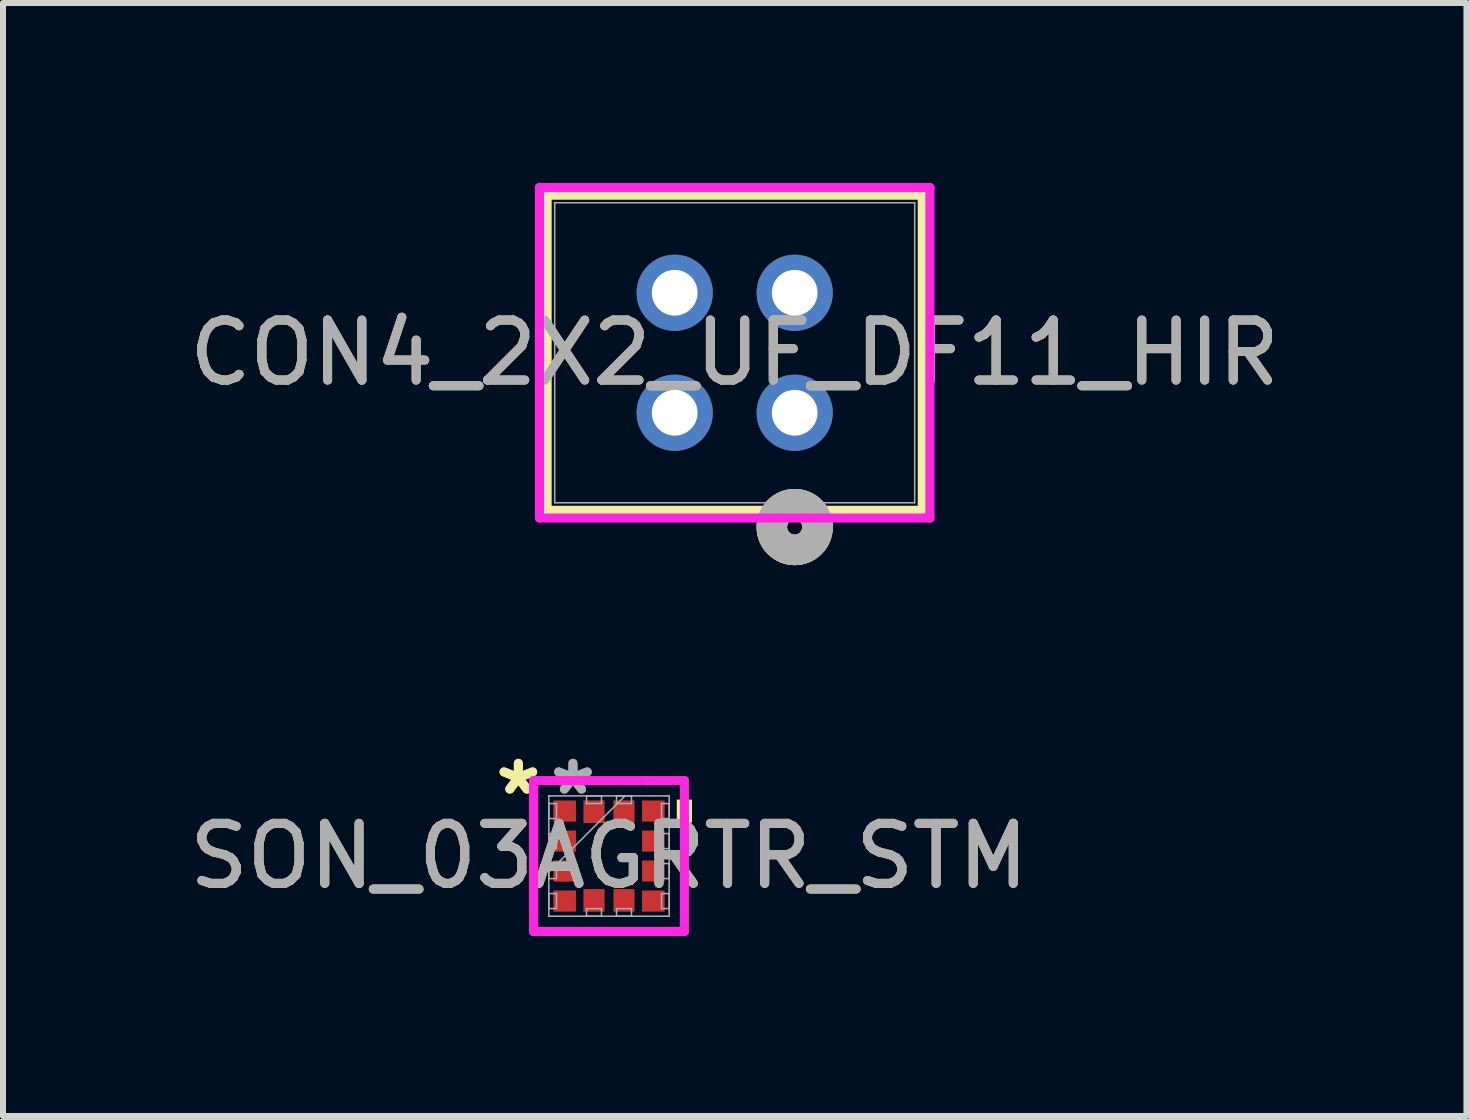
<source format=kicad_pcb>
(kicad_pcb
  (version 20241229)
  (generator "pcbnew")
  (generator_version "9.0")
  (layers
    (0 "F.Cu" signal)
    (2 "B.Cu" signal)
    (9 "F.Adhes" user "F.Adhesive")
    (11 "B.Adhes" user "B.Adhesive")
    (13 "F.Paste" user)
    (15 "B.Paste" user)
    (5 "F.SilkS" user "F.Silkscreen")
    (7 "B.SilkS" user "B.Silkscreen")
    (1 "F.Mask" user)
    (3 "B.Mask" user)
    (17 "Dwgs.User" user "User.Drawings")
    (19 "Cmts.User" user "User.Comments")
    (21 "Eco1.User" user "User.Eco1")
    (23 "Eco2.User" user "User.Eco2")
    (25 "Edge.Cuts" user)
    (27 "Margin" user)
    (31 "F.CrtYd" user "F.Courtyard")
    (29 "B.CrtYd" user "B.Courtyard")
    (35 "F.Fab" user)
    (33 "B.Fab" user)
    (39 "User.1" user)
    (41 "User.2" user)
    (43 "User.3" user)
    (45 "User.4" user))
  (footprint "SON_03AGRTR_STM"
    (layer "F.Cu")
    (at 7.101 11.219)
    (property "Reference" "SON_03AGRTR_STM" (at 0 0 0) (unlocked yes) (layer "F.SilkS") (effects (font (size 1 1) (thickness 0.15))))
    (attr smd)
    (fp_poly (pts (xy 1.384 -0.941) (xy 1.384 -0.56) (xy 1.13 -0.56) (xy 1.13 -0.941)) (stroke (width 0) (type solid)) (fill yes) (layer "F.SilkS"))
    (fp_line (start -1.257 -1.257) (end -0.629 -1.257) (stroke (width 0.152) (type solid)) (layer "F.CrtYd"))
    (fp_line (start -1.257 -1.129) (end -1.257 -1.257) (stroke (width 0.152) (type solid)) (layer "F.CrtYd"))
    (fp_line (start -1.257 -1.129) (end -1.257 -1.129) (stroke (width 0.152) (type solid)) (layer "F.CrtYd"))
    (fp_line (start -1.257 1.129) (end -1.257 -1.129) (stroke (width 0.152) (type solid)) (layer "F.CrtYd"))
    (fp_line (start -1.257 1.129) (end -1.257 1.129) (stroke (width 0.152) (type solid)) (layer "F.CrtYd"))
    (fp_line (start -1.257 1.257) (end -1.257 1.129) (stroke (width 0.152) (type solid)) (layer "F.CrtYd"))
    (fp_line (start -0.629 -1.257) (end -0.629 -1.257) (stroke (width 0.152) (type solid)) (layer "F.CrtYd"))
    (fp_line (start -0.629 -1.257) (end 0.629 -1.257) (stroke (width 0.152) (type solid)) (layer "F.CrtYd"))
    (fp_line (start -0.629 1.257) (end -1.257 1.257) (stroke (width 0.152) (type solid)) (layer "F.CrtYd"))
    (fp_line (start -0.629 1.257) (end -0.629 1.257) (stroke (width 0.152) (type solid)) (layer "F.CrtYd"))
    (fp_line (start 0.629 -1.257) (end 0.629 -1.257) (stroke (width 0.152) (type solid)) (layer "F.CrtYd"))
    (fp_line (start 0.629 -1.257) (end 1.257 -1.257) (stroke (width 0.152) (type solid)) (layer "F.CrtYd"))
    (fp_line (start 0.629 1.257) (end -0.629 1.257) (stroke (width 0.152) (type solid)) (layer "F.CrtYd"))
    (fp_line (start 0.629 1.257) (end 0.629 1.257) (stroke (width 0.152) (type solid)) (layer "F.CrtYd"))
    (fp_line (start 1.257 -1.257) (end 1.257 -1.129) (stroke (width 0.152) (type solid)) (layer "F.CrtYd"))
    (fp_line (start 1.257 -1.129) (end 1.257 -1.129) (stroke (width 0.152) (type solid)) (layer "F.CrtYd"))
    (fp_line (start 1.257 -1.129) (end 1.257 1.129) (stroke (width 0.152) (type solid)) (layer "F.CrtYd"))
    (fp_line (start 1.257 1.129) (end 1.257 1.129) (stroke (width 0.152) (type solid)) (layer "F.CrtYd"))
    (fp_line (start 1.257 1.129) (end 1.257 1.257) (stroke (width 0.152) (type solid)) (layer "F.CrtYd"))
    (fp_line (start 1.257 1.257) (end 0.629 1.257) (stroke (width 0.152) (type solid)) (layer "F.CrtYd"))
    (fp_line (start -1.003 -1.003) (end -1.003 -1.003) (stroke (width 0.025) (type solid)) (layer "F.Fab"))
    (fp_line (start -1.003 -1.003) (end -1.003 1.003) (stroke (width 0.025) (type solid)) (layer "F.Fab"))
    (fp_line (start -1.003 -0.875) (end -0.876 -0.875) (stroke (width 0.025) (type solid)) (layer "F.Fab"))
    (fp_line (start -1.003 -0.625) (end -1.003 -0.875) (stroke (width 0.025) (type solid)) (layer "F.Fab"))
    (fp_line (start -1.003 -0.375) (end -0.876 -0.375) (stroke (width 0.025) (type solid)) (layer "F.Fab"))
    (fp_line (start -1.003 -0.125) (end -1.003 -0.375) (stroke (width 0.025) (type solid)) (layer "F.Fab"))
    (fp_line (start -1.003 0.125) (end -0.876 0.125) (stroke (width 0.025) (type solid)) (layer "F.Fab"))
    (fp_line (start -1.003 0.267) (end 0.267 -1.003) (stroke (width 0.025) (type solid)) (layer "F.Fab"))
    (fp_line (start -1.003 0.375) (end -1.003 0.125) (stroke (width 0.025) (type solid)) (layer "F.Fab"))
    (fp_line (start -1.003 0.625) (end -0.876 0.625) (stroke (width 0.025) (type solid)) (layer "F.Fab"))
    (fp_line (start -1.003 0.875) (end -1.003 0.625) (stroke (width 0.025) (type solid)) (layer "F.Fab"))
    (fp_line (start -1.003 1.003) (end -1.003 1.003) (stroke (width 0.025) (type solid)) (layer "F.Fab"))
    (fp_line (start -1.003 1.003) (end 1.003 1.003) (stroke (width 0.025) (type solid)) (layer "F.Fab"))
    (fp_line (start -0.876 -0.875) (end -0.876 -0.625) (stroke (width 0.025) (type solid)) (layer "F.Fab"))
    (fp_line (start -0.876 -0.625) (end -1.003 -0.625) (stroke (width 0.025) (type solid)) (layer "F.Fab"))
    (fp_line (start -0.876 -0.375) (end -0.876 -0.125) (stroke (width 0.025) (type solid)) (layer "F.Fab"))
    (fp_line (start -0.876 -0.125) (end -1.003 -0.125) (stroke (width 0.025) (type solid)) (layer "F.Fab"))
    (fp_line (start -0.876 0.125) (end -0.876 0.375) (stroke (width 0.025) (type solid)) (layer "F.Fab"))
    (fp_line (start -0.876 0.375) (end -1.003 0.375) (stroke (width 0.025) (type solid)) (layer "F.Fab"))
    (fp_line (start -0.876 0.625) (end -0.876 0.875) (stroke (width 0.025) (type solid)) (layer "F.Fab"))
    (fp_line (start -0.876 0.875) (end -1.003 0.875) (stroke (width 0.025) (type solid)) (layer "F.Fab"))
    (fp_line (start -0.375 -1.003) (end -0.125 -1.003) (stroke (width 0.025) (type solid)) (layer "F.Fab"))
    (fp_line (start -0.375 -0.876) (end -0.375 -1.003) (stroke (width 0.025) (type solid)) (layer "F.Fab"))
    (fp_line (start -0.375 0.876) (end -0.125 0.876) (stroke (width 0.025) (type solid)) (layer "F.Fab"))
    (fp_line (start -0.375 1.003) (end -0.375 0.876) (stroke (width 0.025) (type solid)) (layer "F.Fab"))
    (fp_line (start -0.125 -1.003) (end -0.125 -0.876) (stroke (width 0.025) (type solid)) (layer "F.Fab"))
    (fp_line (start -0.125 -0.876) (end -0.375 -0.876) (stroke (width 0.025) (type solid)) (layer "F.Fab"))
    (fp_line (start -0.125 0.876) (end -0.125 1.003) (stroke (width 0.025) (type solid)) (layer "F.Fab"))
    (fp_line (start -0.125 1.003) (end -0.375 1.003) (stroke (width 0.025) (type solid)) (layer "F.Fab"))
    (fp_line (start 0.125 -1.003) (end 0.375 -1.003) (stroke (width 0.025) (type solid)) (layer "F.Fab"))
    (fp_line (start 0.125 -0.876) (end 0.125 -1.003) (stroke (width 0.025) (type solid)) (layer "F.Fab"))
    (fp_line (start 0.125 0.876) (end 0.375 0.876) (stroke (width 0.025) (type solid)) (layer "F.Fab"))
    (fp_line (start 0.125 1.003) (end 0.125 0.876) (stroke (width 0.025) (type solid)) (layer "F.Fab"))
    (fp_line (start 0.375 -1.003) (end 0.375 -0.876) (stroke (width 0.025) (type solid)) (layer "F.Fab"))
    (fp_line (start 0.375 -0.876) (end 0.125 -0.876) (stroke (width 0.025) (type solid)) (layer "F.Fab"))
    (fp_line (start 0.375 0.876) (end 0.375 1.003) (stroke (width 0.025) (type solid)) (layer "F.Fab"))
    (fp_line (start 0.375 1.003) (end 0.125 1.003) (stroke (width 0.025) (type solid)) (layer "F.Fab"))
    (fp_line (start 0.876 -0.875) (end 1.003 -0.875) (stroke (width 0.025) (type solid)) (layer "F.Fab"))
    (fp_line (start 0.876 -0.625) (end 0.876 -0.875) (stroke (width 0.025) (type solid)) (layer "F.Fab"))
    (fp_line (start 0.876 -0.375) (end 1.003 -0.375) (stroke (width 0.025) (type solid)) (layer "F.Fab"))
    (fp_line (start 0.876 -0.125) (end 0.876 -0.375) (stroke (width 0.025) (type solid)) (layer "F.Fab"))
    (fp_line (start 0.876 0.125) (end 1.003 0.125) (stroke (width 0.025) (type solid)) (layer "F.Fab"))
    (fp_line (start 0.876 0.375) (end 0.876 0.125) (stroke (width 0.025) (type solid)) (layer "F.Fab"))
    (fp_line (start 0.876 0.625) (end 1.003 0.625) (stroke (width 0.025) (type solid)) (layer "F.Fab"))
    (fp_line (start 0.876 0.875) (end 0.876 0.625) (stroke (width 0.025) (type solid)) (layer "F.Fab"))
    (fp_line (start 1.003 -1.003) (end -1.003 -1.003) (stroke (width 0.025) (type solid)) (layer "F.Fab"))
    (fp_line (start 1.003 -1.003) (end 1.003 -1.003) (stroke (width 0.025) (type solid)) (layer "F.Fab"))
    (fp_line (start 1.003 -0.875) (end 1.003 -0.625) (stroke (width 0.025) (type solid)) (layer "F.Fab"))
    (fp_line (start 1.003 -0.625) (end 0.876 -0.625) (stroke (width 0.025) (type solid)) (layer "F.Fab"))
    (fp_line (start 1.003 -0.375) (end 1.003 -0.125) (stroke (width 0.025) (type solid)) (layer "F.Fab"))
    (fp_line (start 1.003 -0.125) (end 0.876 -0.125) (stroke (width 0.025) (type solid)) (layer "F.Fab"))
    (fp_line (start 1.003 0.125) (end 1.003 0.375) (stroke (width 0.025) (type solid)) (layer "F.Fab"))
    (fp_line (start 1.003 0.375) (end 0.876 0.375) (stroke (width 0.025) (type solid)) (layer "F.Fab"))
    (fp_line (start 1.003 0.625) (end 1.003 0.875) (stroke (width 0.025) (type solid)) (layer "F.Fab"))
    (fp_line (start 1.003 0.875) (end 0.876 0.875) (stroke (width 0.025) (type solid)) (layer "F.Fab"))
    (fp_line (start 1.003 1.003) (end 1.003 -1.003) (stroke (width 0.025) (type solid)) (layer "F.Fab"))
    (fp_line (start 1.003 1.003) (end 1.003 1.003) (stroke (width 0.025) (type solid)) (layer "F.Fab"))
    (fp_text user "*" (at -1.511 -1 0) (unlocked yes) (layer "F.SilkS") (effects (font (size 1 1) (thickness 0.15))))
    (fp_text user "*" (at -1.511 -1 0) (layer "F.SilkS") (effects (font (size 1 1) (thickness 0.15))))
    (fp_text user "*" (at -0.601 -1 0) (layer "F.Fab") (effects (font (size 1 1) (thickness 0.15))))
    (fp_text user "${REFERENCE}" (at 0 0 0) (unlocked yes) (layer "F.Fab") (effects (font (size 1 1) (thickness 0.15))))
    (fp_text user "*" (at -0.601 -1 0) (unlocked yes) (layer "F.Fab") (effects (font (size 1 1) (thickness 0.15))))
    (pad "1" smd rect (at -0.739 -0.75 90) (size 0.352 0.377) (layers "F.Cu" "F.Mask" "F.Paste"))
    (pad "2" smd rect (at -0.739 -0.25 90) (size 0.352 0.377) (layers "F.Cu" "F.Mask" "F.Paste"))
    (pad "3" smd rect (at -0.739 0.25 90) (size 0.352 0.377) (layers "F.Cu" "F.Mask" "F.Paste"))
    (pad "4" smd rect (at -0.739 0.75 90) (size 0.352 0.377) (layers "F.Cu" "F.Mask" "F.Paste"))
    (pad "5" smd rect (at -0.25 0.739) (size 0.352 0.377) (layers "F.Cu" "F.Mask" "F.Paste"))
    (pad "6" smd rect (at 0.25 0.739) (size 0.352 0.377) (layers "F.Cu" "F.Mask" "F.Paste"))
    (pad "7" smd rect (at 0.739 0.75 90) (size 0.352 0.377) (layers "F.Cu" "F.Mask" "F.Paste"))
    (pad "8" smd rect (at 0.739 0.25 90) (size 0.352 0.377) (layers "F.Cu" "F.Mask" "F.Paste"))
    (pad "9" smd rect (at 0.739 -0.25 90) (size 0.352 0.377) (layers "F.Cu" "F.Mask" "F.Paste"))
    (pad "10" smd rect (at 0.739 -0.75 90) (size 0.352 0.377) (layers "F.Cu" "F.Mask" "F.Paste"))
    (pad "11" smd rect (at 0.25 -0.739) (size 0.352 0.377) (layers "F.Cu" "F.Mask" "F.Paste"))
    (pad "12" smd rect (at -0.25 -0.739) (size 0.352 0.377) (layers "F.Cu" "F.Mask" "F.Paste")))
  (footprint "CON4_2X2_UF_DF11_HIR"
    (layer "F.Cu")
    (at 10.196 3.83)
    (property "Reference" "CON4_2X2_UF_DF11_HIR" (at -1 -1 0) (unlocked yes) (layer "F.SilkS") (effects (font (size 1 1) (thickness 0.15))))
    (attr through_hole)
    (fp_line (start -4.127 -3.627) (end -4.127 1.627) (stroke (width 0.152) (type solid)) (layer "F.SilkS"))
    (fp_line (start -4.127 1.627) (end 2.127 1.627) (stroke (width 0.152) (type solid)) (layer "F.SilkS"))
    (fp_line (start 2.127 -3.627) (end -4.127 -3.627) (stroke (width 0.152) (type solid)) (layer "F.SilkS"))
    (fp_line (start 2.127 1.627) (end 2.127 -3.627) (stroke (width 0.152) (type solid)) (layer "F.SilkS"))
    (fp_circle (center 0 1.905) (end 0.381 1.905) (stroke (width 0.508) (type solid)) (fill no) (layer "F.SilkS"))
    (fp_circle (center 0 1.905) (end 0.381 1.905) (stroke (width 0.508) (type solid)) (fill no) (layer "B.SilkS"))
    (fp_line (start -4.254 -3.754) (end -4.254 1.754) (stroke (width 0.152) (type solid)) (layer "F.CrtYd"))
    (fp_line (start -4.254 1.754) (end 2.254 1.754) (stroke (width 0.152) (type solid)) (layer "F.CrtYd"))
    (fp_line (start 2.254 -3.754) (end -4.254 -3.754) (stroke (width 0.152) (type solid)) (layer "F.CrtYd"))
    (fp_line (start 2.254 1.754) (end 2.254 -3.754) (stroke (width 0.152) (type solid)) (layer "F.CrtYd"))
    (fp_line (start -4 -3.5) (end -4 1.5) (stroke (width 0.025) (type solid)) (layer "F.Fab"))
    (fp_line (start -4 1.5) (end 2 1.5) (stroke (width 0.025) (type solid)) (layer "F.Fab"))
    (fp_line (start 2 -3.5) (end -4 -3.5) (stroke (width 0.025) (type solid)) (layer "F.Fab"))
    (fp_line (start 2 1.5) (end 2 -3.5) (stroke (width 0.025) (type solid)) (layer "F.Fab"))
    (fp_circle (center 0 1.905) (end 0.381 1.905) (stroke (width 0.508) (type solid)) (fill no) (layer "F.Fab"))
    (fp_text user "${REFERENCE}" (at -1 -1 0) (unlocked yes) (layer "F.Fab") (effects (font (size 1 1) (thickness 0.15))))
    (pad "1" thru_hole circle (at 0 0) (size 1.27 1.27) (drill 0.762) (layers "*.Cu" "*.Mask"))
    (pad "2" thru_hole circle (at 0 -2) (size 1.27 1.27) (drill 0.762) (layers "*.Cu" "*.Mask"))
    (pad "3" thru_hole circle (at -2 0) (size 1.27 1.27) (drill 0.762) (layers "*.Cu" "*.Mask"))
    (pad "4" thru_hole circle (at -2 -2) (size 1.27 1.27) (drill 0.762) (layers "*.Cu" "*.Mask")))
  (gr_rect
    (start -3 -3)
    (end 21.393 15.552)
    (stroke (width 0.1) (type default))
    (fill no)
    (layer "Edge.Cuts")))
</source>
